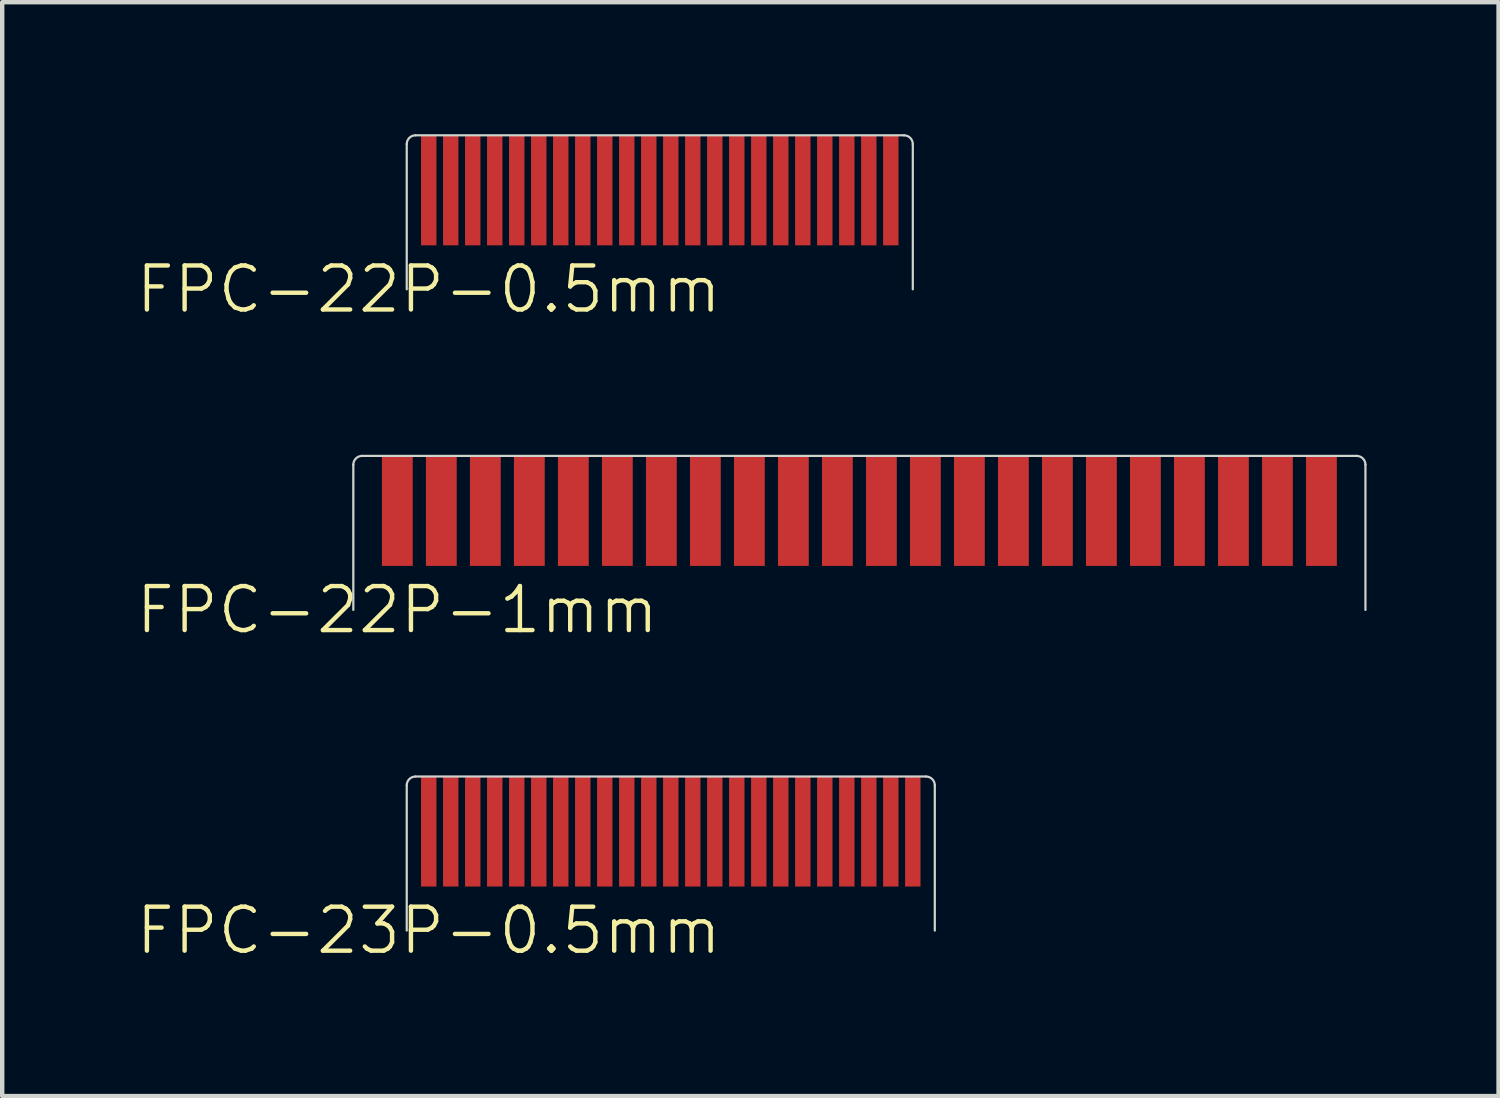
<source format=kicad_pcb>
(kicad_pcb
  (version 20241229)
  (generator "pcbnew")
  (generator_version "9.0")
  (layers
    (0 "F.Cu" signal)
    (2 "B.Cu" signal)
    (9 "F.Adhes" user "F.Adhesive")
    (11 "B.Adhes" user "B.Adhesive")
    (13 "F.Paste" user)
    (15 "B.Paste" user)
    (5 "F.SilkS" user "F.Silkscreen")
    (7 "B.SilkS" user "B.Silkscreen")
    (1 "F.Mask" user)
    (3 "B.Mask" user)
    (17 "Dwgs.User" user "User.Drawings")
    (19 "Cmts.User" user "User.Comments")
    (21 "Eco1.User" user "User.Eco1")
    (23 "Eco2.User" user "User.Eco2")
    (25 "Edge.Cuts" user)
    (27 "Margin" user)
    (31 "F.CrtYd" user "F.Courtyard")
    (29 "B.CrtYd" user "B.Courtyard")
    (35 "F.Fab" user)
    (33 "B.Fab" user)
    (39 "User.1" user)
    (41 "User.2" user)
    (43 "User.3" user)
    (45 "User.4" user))
  (footprint "FPC-22P-0.5mm"
    (layer "F.Cu")
    (at 6.693 1.275)
    (property "Reference" "FPC-22P-0.5mm" (at 0 2.25 0) (unlocked yes) (layer "F.SilkS") (effects (font (size 1 1) (thickness 0.1))))
    (attr smd)
    (fp_line (start -0.5 2.25) (end -0.5 -1.05) (stroke (width 0.05) (type default)) (layer "Edge.Cuts"))
    (fp_line (start -0.3 -1.25) (end 10.8 -1.25) (stroke (width 0.05) (type default)) (layer "Edge.Cuts"))
    (fp_line (start 11 2.25) (end 11 -1.05) (stroke (width 0.05) (type default)) (layer "Edge.Cuts"))
    (fp_arc (start -0.5 -1.05) (mid -0.441421 -1.191421) (end -0.3 -1.25) (stroke (width 0.05) (type default)) (layer "Edge.Cuts"))
    (fp_arc (start 10.8 -1.25) (mid 10.941421 -1.191421) (end 11 -1.05) (stroke (width 0.05) (type default)) (layer "Edge.Cuts"))
    (fp_line (start -0.5 2.25) (end -0.5 -1.05) (stroke (width 0.05) (type default)) (layer "User.1"))
    (fp_line (start -0.5 2.25) (end 11 2.25) (stroke (width 0.05) (type default)) (layer "User.1"))
    (fp_line (start -0.3 -1.25) (end 10.8 -1.25) (stroke (width 0.05) (type default)) (layer "User.1"))
    (fp_line (start 11 2.25) (end 11 -1.05) (stroke (width 0.05) (type default)) (layer "User.1"))
    (fp_arc (start -0.5 -1.05) (mid -0.441421 -1.191421) (end -0.3 -1.25) (stroke (width 0.05) (type default)) (layer "User.1"))
    (fp_arc (start 10.8 -1.25) (mid 10.941421 -1.191421) (end 11 -1.05) (stroke (width 0.05) (type default)) (layer "User.1"))
    (pad "1" smd rect (at 0 0 90) (size 2.5 0.35) (layers "F.Cu" "F.Mask" "F.Paste"))
    (pad "2" smd rect (at 0.5 0 90) (size 2.5 0.35) (layers "F.Cu" "F.Mask" "F.Paste"))
    (pad "3" smd rect (at 1 0 90) (size 2.5 0.35) (layers "F.Cu" "F.Mask" "F.Paste"))
    (pad "4" smd rect (at 1.5 0 90) (size 2.5 0.35) (layers "F.Cu" "F.Mask" "F.Paste"))
    (pad "5" smd rect (at 2 0 90) (size 2.5 0.35) (layers "F.Cu" "F.Mask" "F.Paste"))
    (pad "6" smd rect (at 2.5 0 90) (size 2.5 0.35) (layers "F.Cu" "F.Mask" "F.Paste"))
    (pad "7" smd rect (at 3 0 90) (size 2.5 0.35) (layers "F.Cu" "F.Mask" "F.Paste"))
    (pad "8" smd rect (at 3.5 0 90) (size 2.5 0.35) (layers "F.Cu" "F.Mask" "F.Paste"))
    (pad "9" smd rect (at 4 0 90) (size 2.5 0.35) (layers "F.Cu" "F.Mask" "F.Paste"))
    (pad "10" smd rect (at 4.5 0 90) (size 2.5 0.35) (layers "F.Cu" "F.Mask" "F.Paste"))
    (pad "11" smd rect (at 5 0 90) (size 2.5 0.35) (layers "F.Cu" "F.Mask" "F.Paste"))
    (pad "12" smd rect (at 5.5 0 90) (size 2.5 0.35) (layers "F.Cu" "F.Mask" "F.Paste"))
    (pad "13" smd rect (at 6 0 90) (size 2.5 0.35) (layers "F.Cu" "F.Mask" "F.Paste"))
    (pad "14" smd rect (at 6.5 0 90) (size 2.5 0.35) (layers "F.Cu" "F.Mask" "F.Paste"))
    (pad "15" smd rect (at 7 0 90) (size 2.5 0.35) (layers "F.Cu" "F.Mask" "F.Paste"))
    (pad "16" smd rect (at 7.5 0 90) (size 2.5 0.35) (layers "F.Cu" "F.Mask" "F.Paste"))
    (pad "17" smd rect (at 8 0 90) (size 2.5 0.35) (layers "F.Cu" "F.Mask" "F.Paste"))
    (pad "18" smd rect (at 8.5 0 90) (size 2.5 0.35) (layers "F.Cu" "F.Mask" "F.Paste"))
    (pad "19" smd rect (at 9 0 90) (size 2.5 0.35) (layers "F.Cu" "F.Mask" "F.Paste"))
    (pad "20" smd rect (at 9.5 0 90) (size 2.5 0.35) (layers "F.Cu" "F.Mask" "F.Paste"))
    (pad "21" smd rect (at 10 0 90) (size 2.5 0.35) (layers "F.Cu" "F.Mask" "F.Paste"))
    (pad "22" smd rect (at 10.5 0 90) (size 2.5 0.35) (layers "F.Cu" "F.Mask" "F.Paste")))
  (footprint "FPC-22P-1mm"
    (layer "F.Cu")
    (at 5.979 8.56)
    (property "Reference" "FPC-22P-1mm" (at 0 2.25 0) (unlocked yes) (layer "F.SilkS") (effects (font (size 1 1) (thickness 0.1))))
    (attr smd)
    (fp_line (start -1 2.25) (end -1 -1.05) (stroke (width 0.05) (type default)) (layer "Edge.Cuts"))
    (fp_line (start -0.8 -1.25) (end 21.8 -1.25) (stroke (width 0.05) (type default)) (layer "Edge.Cuts"))
    (fp_line (start 22 2.25) (end 22 -1.05) (stroke (width 0.05) (type default)) (layer "Edge.Cuts"))
    (fp_arc (start -1 -1.05) (mid -0.941421 -1.191421) (end -0.8 -1.25) (stroke (width 0.05) (type default)) (layer "Edge.Cuts"))
    (fp_arc (start 21.8 -1.25) (mid 21.941421 -1.191421) (end 22 -1.05) (stroke (width 0.05) (type default)) (layer "Edge.Cuts"))
    (fp_line (start -1 2.25) (end -1 -1.05) (stroke (width 0.05) (type default)) (layer "User.1"))
    (fp_line (start -1 2.25) (end 22 2.25) (stroke (width 0.05) (type default)) (layer "User.1"))
    (fp_line (start -0.8 -1.25) (end 21.8 -1.25) (stroke (width 0.05) (type default)) (layer "User.1"))
    (fp_line (start 22 2.25) (end 22 -1.05) (stroke (width 0.05) (type default)) (layer "User.1"))
    (fp_arc (start -1 -1.05) (mid -0.941421 -1.191421) (end -0.8 -1.25) (stroke (width 0.05) (type default)) (layer "User.1"))
    (fp_arc (start 21.8 -1.25) (mid 21.941421 -1.191421) (end 22 -1.05) (stroke (width 0.05) (type default)) (layer "User.1"))
    (pad "1" smd rect (at 0 0 90) (size 2.5 0.7) (layers "F.Cu" "F.Mask" "F.Paste"))
    (pad "2" smd rect (at 1 0 90) (size 2.5 0.7) (layers "F.Cu" "F.Mask" "F.Paste"))
    (pad "3" smd rect (at 2 0 90) (size 2.5 0.7) (layers "F.Cu" "F.Mask" "F.Paste"))
    (pad "4" smd rect (at 3 0 90) (size 2.5 0.7) (layers "F.Cu" "F.Mask" "F.Paste"))
    (pad "5" smd rect (at 4 0 90) (size 2.5 0.7) (layers "F.Cu" "F.Mask" "F.Paste"))
    (pad "6" smd rect (at 5 0 90) (size 2.5 0.7) (layers "F.Cu" "F.Mask" "F.Paste"))
    (pad "7" smd rect (at 6 0 90) (size 2.5 0.7) (layers "F.Cu" "F.Mask" "F.Paste"))
    (pad "8" smd rect (at 7 0 90) (size 2.5 0.7) (layers "F.Cu" "F.Mask" "F.Paste"))
    (pad "9" smd rect (at 8 0 90) (size 2.5 0.7) (layers "F.Cu" "F.Mask" "F.Paste"))
    (pad "10" smd rect (at 9 0 90) (size 2.5 0.7) (layers "F.Cu" "F.Mask" "F.Paste"))
    (pad "11" smd rect (at 10 0 90) (size 2.5 0.7) (layers "F.Cu" "F.Mask" "F.Paste"))
    (pad "12" smd rect (at 11 0 90) (size 2.5 0.7) (layers "F.Cu" "F.Mask" "F.Paste"))
    (pad "13" smd rect (at 12 0 90) (size 2.5 0.7) (layers "F.Cu" "F.Mask" "F.Paste"))
    (pad "14" smd rect (at 13 0 90) (size 2.5 0.7) (layers "F.Cu" "F.Mask" "F.Paste"))
    (pad "15" smd rect (at 14 0 90) (size 2.5 0.7) (layers "F.Cu" "F.Mask" "F.Paste"))
    (pad "16" smd rect (at 15 0 90) (size 2.5 0.7) (layers "F.Cu" "F.Mask" "F.Paste"))
    (pad "17" smd rect (at 16 0 90) (size 2.5 0.7) (layers "F.Cu" "F.Mask" "F.Paste"))
    (pad "18" smd rect (at 17 0 90) (size 2.5 0.7) (layers "F.Cu" "F.Mask" "F.Paste"))
    (pad "19" smd rect (at 18 0 90) (size 2.5 0.7) (layers "F.Cu" "F.Mask" "F.Paste"))
    (pad "20" smd rect (at 19 0 90) (size 2.5 0.7) (layers "F.Cu" "F.Mask" "F.Paste"))
    (pad "21" smd rect (at 20 0 90) (size 2.5 0.7) (layers "F.Cu" "F.Mask" "F.Paste"))
    (pad "22" smd rect (at 21 0 90) (size 2.5 0.7) (layers "F.Cu" "F.Mask" "F.Paste")))
  (footprint "FPC-23P-0.5mm"
    (layer "F.Cu")
    (at 6.693 15.846)
    (property "Reference" "FPC-23P-0.5mm" (at 0 2.25 0) (unlocked yes) (layer "F.SilkS") (effects (font (size 1 1) (thickness 0.1))))
    (attr smd)
    (fp_line (start -0.5 2.25) (end -0.5 -1.05) (stroke (width 0.05) (type default)) (layer "Edge.Cuts"))
    (fp_line (start -0.3 -1.25) (end 11.3 -1.25) (stroke (width 0.05) (type default)) (layer "Edge.Cuts"))
    (fp_line (start 11.5 2.25) (end 11.5 -1.05) (stroke (width 0.05) (type default)) (layer "Edge.Cuts"))
    (fp_arc (start -0.5 -1.05) (mid -0.441421 -1.191421) (end -0.3 -1.25) (stroke (width 0.05) (type default)) (layer "Edge.Cuts"))
    (fp_arc (start 11.3 -1.25) (mid 11.441421 -1.191421) (end 11.5 -1.05) (stroke (width 0.05) (type default)) (layer "Edge.Cuts"))
    (fp_line (start -0.5 2.25) (end -0.5 -1.05) (stroke (width 0.05) (type default)) (layer "User.1"))
    (fp_line (start -0.5 2.25) (end 11.5 2.25) (stroke (width 0.05) (type default)) (layer "User.1"))
    (fp_line (start -0.3 -1.25) (end 11.3 -1.25) (stroke (width 0.05) (type default)) (layer "User.1"))
    (fp_line (start 11.5 2.25) (end 11.5 -1.05) (stroke (width 0.05) (type default)) (layer "User.1"))
    (fp_arc (start -0.5 -1.05) (mid -0.441421 -1.191421) (end -0.3 -1.25) (stroke (width 0.05) (type default)) (layer "User.1"))
    (fp_arc (start 11.3 -1.25) (mid 11.441421 -1.191421) (end 11.5 -1.05) (stroke (width 0.05) (type default)) (layer "User.1"))
    (pad "1" smd rect (at 0 0 90) (size 2.5 0.35) (layers "F.Cu" "F.Mask" "F.Paste"))
    (pad "2" smd rect (at 0.5 0 90) (size 2.5 0.35) (layers "F.Cu" "F.Mask" "F.Paste"))
    (pad "3" smd rect (at 1 0 90) (size 2.5 0.35) (layers "F.Cu" "F.Mask" "F.Paste"))
    (pad "4" smd rect (at 1.5 0 90) (size 2.5 0.35) (layers "F.Cu" "F.Mask" "F.Paste"))
    (pad "5" smd rect (at 2 0 90) (size 2.5 0.35) (layers "F.Cu" "F.Mask" "F.Paste"))
    (pad "6" smd rect (at 2.5 0 90) (size 2.5 0.35) (layers "F.Cu" "F.Mask" "F.Paste"))
    (pad "7" smd rect (at 3 0 90) (size 2.5 0.35) (layers "F.Cu" "F.Mask" "F.Paste"))
    (pad "8" smd rect (at 3.5 0 90) (size 2.5 0.35) (layers "F.Cu" "F.Mask" "F.Paste"))
    (pad "9" smd rect (at 4 0 90) (size 2.5 0.35) (layers "F.Cu" "F.Mask" "F.Paste"))
    (pad "10" smd rect (at 4.5 0 90) (size 2.5 0.35) (layers "F.Cu" "F.Mask" "F.Paste"))
    (pad "11" smd rect (at 5 0 90) (size 2.5 0.35) (layers "F.Cu" "F.Mask" "F.Paste"))
    (pad "12" smd rect (at 5.5 0 90) (size 2.5 0.35) (layers "F.Cu" "F.Mask" "F.Paste"))
    (pad "13" smd rect (at 6 0 90) (size 2.5 0.35) (layers "F.Cu" "F.Mask" "F.Paste"))
    (pad "14" smd rect (at 6.5 0 90) (size 2.5 0.35) (layers "F.Cu" "F.Mask" "F.Paste"))
    (pad "15" smd rect (at 7 0 90) (size 2.5 0.35) (layers "F.Cu" "F.Mask" "F.Paste"))
    (pad "16" smd rect (at 7.5 0 90) (size 2.5 0.35) (layers "F.Cu" "F.Mask" "F.Paste"))
    (pad "17" smd rect (at 8 0 90) (size 2.5 0.35) (layers "F.Cu" "F.Mask" "F.Paste"))
    (pad "18" smd rect (at 8.5 0 90) (size 2.5 0.35) (layers "F.Cu" "F.Mask" "F.Paste"))
    (pad "19" smd rect (at 9 0 90) (size 2.5 0.35) (layers "F.Cu" "F.Mask" "F.Paste"))
    (pad "20" smd rect (at 9.5 0 90) (size 2.5 0.35) (layers "F.Cu" "F.Mask" "F.Paste"))
    (pad "21" smd rect (at 10 0 90) (size 2.5 0.35) (layers "F.Cu" "F.Mask" "F.Paste"))
    (pad "22" smd rect (at 10.5 0 90) (size 2.5 0.35) (layers "F.Cu" "F.Mask" "F.Paste"))
    (pad "23" smd rect (at 11 0 90) (size 2.5 0.35) (layers "F.Cu" "F.Mask" "F.Paste")))
  (gr_rect
    (start -3 -3)
    (end 31.004 21.857)
    (stroke (width 0.1) (type default))
    (fill no)
    (layer "Edge.Cuts")))
</source>
